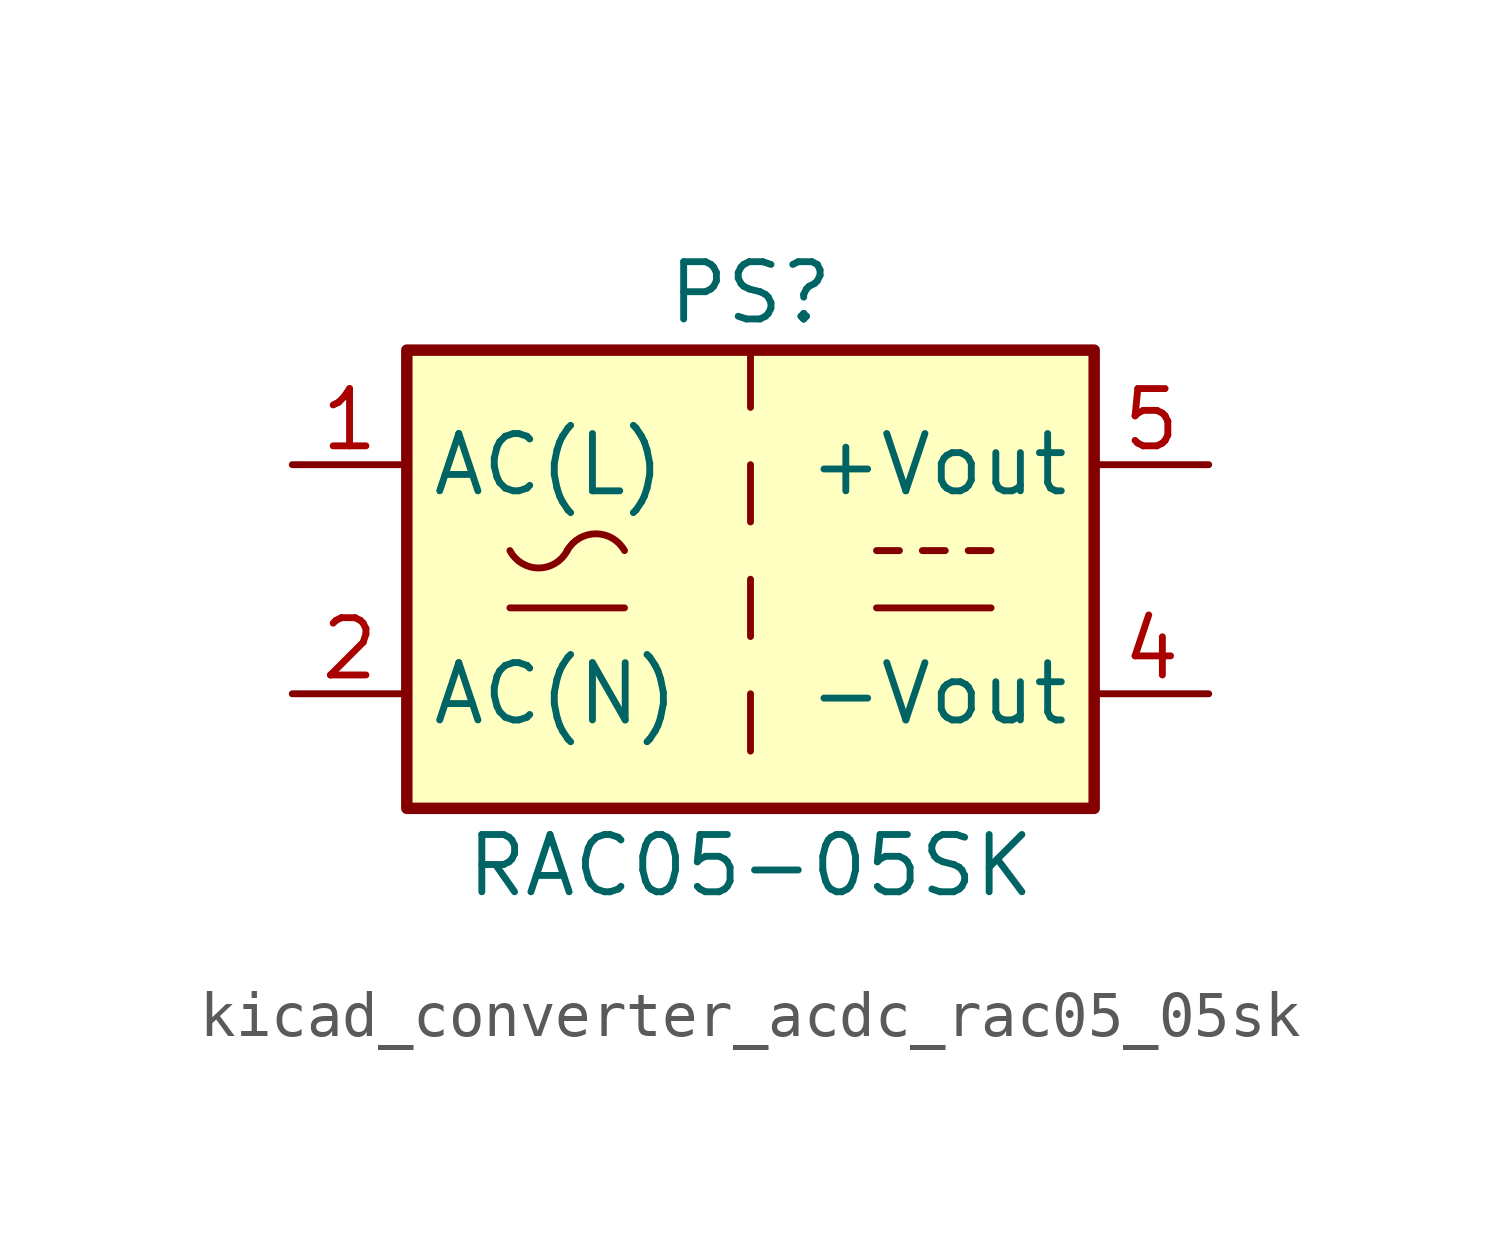
<source format=kicad_sym>
(kicad_symbol_lib
  (version 20220914)
  (generator kicad_symbol_editor)
  (symbol "kicad_converter_acdc_rac05_05sk"
    (property "Reference" "PS"
      (at 0 6.35 0)
      (effects (font (size 1.27 1.27))))
    (property "Value" "RAC05-05SK"
      (at 0 -6.35 0)
      (effects (font (size 1.27 1.27))))
    (symbol "kicad_converter_acdc_rac05_05sk_1_1"
      (rectangle (start -7.62 5.08) (end 7.62 -5.08) (stroke (width 0.254) (type default)) (fill (type background)))
      (arc (start -5.334 0.635) (mid -4.699 0.2495) (end -4.064 0.635) (stroke (width 0) (type default)) (fill (type none)))
      (arc (start -2.794 0.635) (mid -3.429 1.0072) (end -4.064 0.635) (stroke (width 0) (type default)) (fill (type none)))
      (polyline (pts (xy -5.334 -0.635) (xy -2.794 -0.635)) (stroke (width 0) (type default)) (fill (type none)))
      (polyline (pts (xy 0 -2.54) (xy 0 -3.81)) (stroke (width 0) (type default)) (fill (type none)))
      (polyline (pts (xy 0 0) (xy 0 -1.27)) (stroke (width 0) (type default)) (fill (type none)))
      (polyline (pts (xy 0 2.54) (xy 0 1.27)) (stroke (width 0) (type default)) (fill (type none)))
      (polyline (pts (xy 0 5.08) (xy 0 3.81)) (stroke (width 0) (type default)) (fill (type none)))
      (polyline (pts (xy 2.794 -0.635) (xy 5.334 -0.635)) (stroke (width 0) (type default)) (fill (type none)))
      (polyline (pts (xy 2.794 0.635) (xy 3.302 0.635)) (stroke (width 0) (type default)) (fill (type none)))
      (polyline (pts (xy 3.81 0.635) (xy 4.318 0.635)) (stroke (width 0) (type default)) (fill (type none)))
      (polyline (pts (xy 4.826 0.635) (xy 5.334 0.635)) (stroke (width 0) (type default)) (fill (type none)))
      (pin power_in line (at -10.16 2.54 0) (length 2.54) (name "AC(L)" (effects (font (size 1.27 1.27)))) (number "1" (effects (font (size 1.27 1.27)))))
      (pin power_in line (at -10.16 -2.54 0) (length 2.54) (name "AC(N)" (effects (font (size 1.27 1.27)))) (number "2" (effects (font (size 1.27 1.27)))))
      (pin no_connect line (at 7.62 0 180) (length 2.54) hide (name "NC" (effects (font (size 1.27 1.27)))) (number "3" (effects (font (size 1.27 1.27)))))
      (pin power_out line (at 10.16 -2.54 180) (length 2.54) (name "-Vout" (effects (font (size 1.27 1.27)))) (number "4" (effects (font (size 1.27 1.27)))))
      (pin power_out line (at 10.16 2.54 180) (length 2.54) (name "+Vout" (effects (font (size 1.27 1.27)))) (number "5" (effects (font (size 1.27 1.27))))))))
</source>
